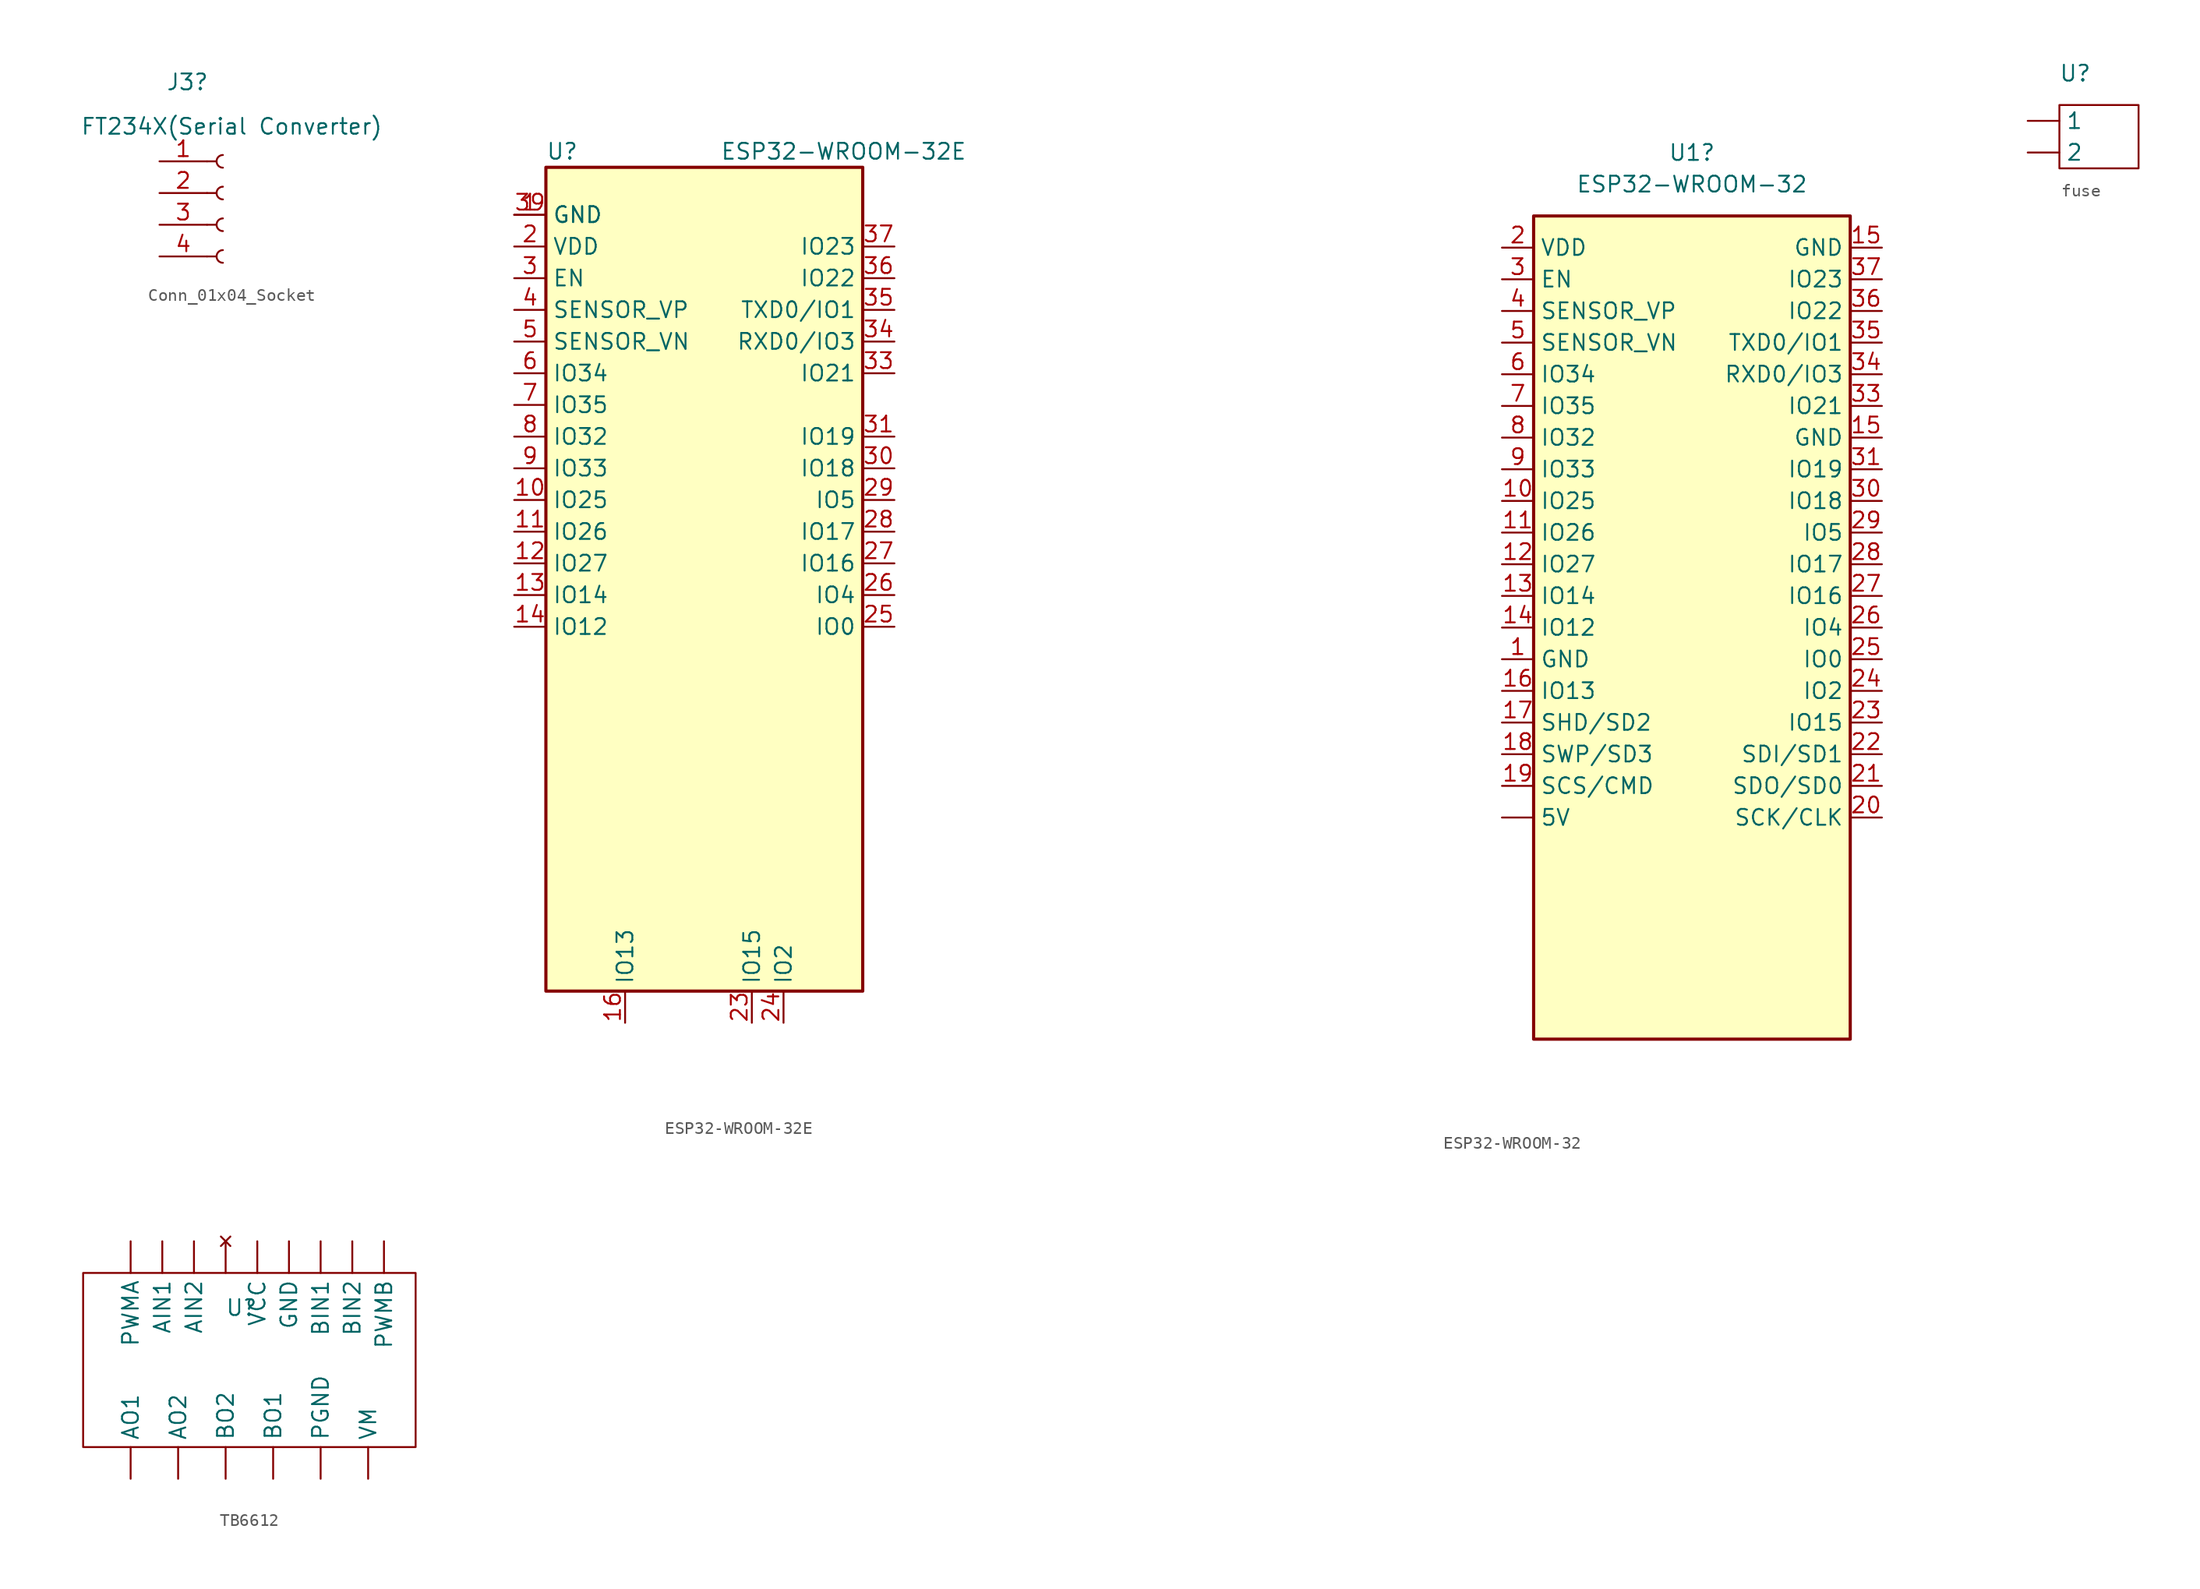
<source format=kicad_sym>
(kicad_symbol_lib
  (version 20231120)
  (generator "kicad_symbol_editor")
  (generator_version "8.0")
  (symbol "Conn_01x04_Socket"
    (pin_names
      (offset 1.016) hide)
    (property "Reference" "J3"
      (at -4.572 8.89 0)
      (effects (font (size 1.27 1.27)) (justify left)))
    (property "Value" "FT234X(Serial Converter)"
      (at -11.43 5.334 0)
      (effects (font (size 1.27 1.27)) (justify left)))
    (property "ki_locked" ""
      (at 0 0 0)
      (effects (font (size 1.27 1.27))))
    (symbol "Conn_01x04_Socket_1_1"
      (arc (start 0 -4.572) (mid -0.5058 -5.08) (end 0 -5.588) (stroke (width 0.1524) (type default)) (fill (type none)))
      (arc (start 0 -2.032) (mid -0.5058 -2.54) (end 0 -3.048) (stroke (width 0.1524) (type default)) (fill (type none)))
      (polyline (pts (xy -1.27 -5.08) (xy -0.508 -5.08)) (stroke (width 0.152) (type default)) (fill (type none)))
      (polyline (pts (xy -1.27 -2.54) (xy -0.508 -2.54)) (stroke (width 0.152) (type default)) (fill (type none)))
      (polyline (pts (xy -1.27 0) (xy -0.508 0)) (stroke (width 0.152) (type default)) (fill (type none)))
      (polyline (pts (xy -1.27 2.54) (xy -0.508 2.54)) (stroke (width 0.152) (type default)) (fill (type none)))
      (arc (start 0 0.508) (mid -0.5058 0) (end 0 -0.508) (stroke (width 0.1524) (type default)) (fill (type none)))
      (arc (start 0 3.048) (mid -0.5058 2.54) (end 0 2.032) (stroke (width 0.1524) (type default)) (fill (type none)))
      (pin passive line (at -5.08 2.54 0) (length 3.81) (name "5V" (effects (font (size 1.27 1.27)))) (number "1" (effects (font (size 1.27 1.27)))))
      (pin passive line (at -5.08 0 0) (length 3.81) (name "GND" (effects (font (size 1.27 1.27)))) (number "2" (effects (font (size 1.27 1.27)))))
      (pin passive line (at -5.08 -2.54 0) (length 3.81) (name "TxD" (effects (font (size 1.27 1.27)))) (number "3" (effects (font (size 1.27 1.27)))))
      (pin passive line (at -5.08 -5.08 0) (length 3.81) (name "RxD" (effects (font (size 1.27 1.27)))) (number "4" (effects (font (size 1.27 1.27)))))))
  (symbol "ESP32-WROOM-32E"
    (property "Reference" "U"
      (at -12.7 34.29 0)
      (effects (font (size 1.27 1.27)) (justify left)))
    (property "Value" "ESP32-WROOM-32E"
      (at 1.27 34.29 0)
      (effects (font (size 1.27 1.27)) (justify left)))
    (symbol "ESP32-WROOM-32E_0_1"
      (rectangle (start -12.7 33.02) (end 12.7 -33.02) (stroke (width 0.254) (type default)) (fill (type background))))
    (symbol "ESP32-WROOM-32E_1_1"
      (pin power_in line (at -15.24 29.21 0) (length 2.54) (name "GND" (effects (font (size 1.27 1.27)))) (number "1" (effects (font (size 1.27 1.27)))))
      (pin bidirectional line (at -15.24 6.35 0) (length 2.54) (name "IO25" (effects (font (size 1.27 1.27)))) (number "10" (effects (font (size 1.27 1.27)))))
      (pin bidirectional line (at -15.24 3.81 0) (length 2.54) (name "IO26" (effects (font (size 1.27 1.27)))) (number "11" (effects (font (size 1.27 1.27)))))
      (pin bidirectional line (at -15.24 1.27 0) (length 2.54) (name "IO27" (effects (font (size 1.27 1.27)))) (number "12" (effects (font (size 1.27 1.27)))))
      (pin bidirectional line (at -15.24 -1.27 0) (length 2.54) (name "IO14" (effects (font (size 1.27 1.27)))) (number "13" (effects (font (size 1.27 1.27)))))
      (pin bidirectional line (at -15.24 -3.81 0) (length 2.54) (name "IO12" (effects (font (size 1.27 1.27)))) (number "14" (effects (font (size 1.27 1.27)))))
      (pin passive line (at -15.24 29.21 0) (length 2.54) hide (name "GND" (effects (font (size 1.27 1.27)))) (number "15" (effects (font (size 1.27 1.27)))))
      (pin bidirectional line (at -6.35 -35.56 90) (length 2.54) (name "IO13" (effects (font (size 1.27 1.27)))) (number "16" (effects (font (size 1.27 1.27)))))
      (pin no_connect line (at -15.24 -16.51 0) (length 2.54) hide (name "NC" (effects (font (size 1.27 1.27)))) (number "17" (effects (font (size 1.27 1.27)))))
      (pin no_connect line (at -15.24 -19.05 0) (length 2.54) hide (name "NC" (effects (font (size 1.27 1.27)))) (number "18" (effects (font (size 1.27 1.27)))))
      (pin no_connect line (at -15.24 -24.13 0) (length 2.54) hide (name "NC" (effects (font (size 1.27 1.27)))) (number "19" (effects (font (size 1.27 1.27)))))
      (pin power_in line (at -15.24 26.67 0) (length 2.54) (name "VDD" (effects (font (size 1.27 1.27)))) (number "2" (effects (font (size 1.27 1.27)))))
      (pin no_connect line (at -15.24 -21.59 0) (length 2.54) hide (name "NC" (effects (font (size 1.27 1.27)))) (number "20" (effects (font (size 1.27 1.27)))))
      (pin no_connect line (at -15.24 -11.43 0) (length 2.54) hide (name "NC" (effects (font (size 1.27 1.27)))) (number "21" (effects (font (size 1.27 1.27)))))
      (pin no_connect line (at -15.24 -13.97 0) (length 2.54) hide (name "NC" (effects (font (size 1.27 1.27)))) (number "22" (effects (font (size 1.27 1.27)))))
      (pin bidirectional line (at 3.81 -35.56 90) (length 2.54) (name "IO15" (effects (font (size 1.27 1.27)))) (number "23" (effects (font (size 1.27 1.27)))))
      (pin bidirectional line (at 6.35 -35.56 90) (length 2.54) (name "IO2" (effects (font (size 1.27 1.27)))) (number "24" (effects (font (size 1.27 1.27)))))
      (pin bidirectional line (at 15.24 -3.81 180) (length 2.54) (name "IO0" (effects (font (size 1.27 1.27)))) (number "25" (effects (font (size 1.27 1.27)))))
      (pin bidirectional line (at 15.24 -1.27 180) (length 2.54) (name "IO4" (effects (font (size 1.27 1.27)))) (number "26" (effects (font (size 1.27 1.27)))))
      (pin bidirectional line (at 15.24 1.27 180) (length 2.54) (name "IO16" (effects (font (size 1.27 1.27)))) (number "27" (effects (font (size 1.27 1.27)))))
      (pin bidirectional line (at 15.24 3.81 180) (length 2.54) (name "IO17" (effects (font (size 1.27 1.27)))) (number "28" (effects (font (size 1.27 1.27)))))
      (pin bidirectional line (at 15.24 6.35 180) (length 2.54) (name "IO5" (effects (font (size 1.27 1.27)))) (number "29" (effects (font (size 1.27 1.27)))))
      (pin input line (at -15.24 24.13 0) (length 2.54) (name "EN" (effects (font (size 1.27 1.27)))) (number "3" (effects (font (size 1.27 1.27)))))
      (pin bidirectional line (at 15.24 8.89 180) (length 2.54) (name "IO18" (effects (font (size 1.27 1.27)))) (number "30" (effects (font (size 1.27 1.27)))))
      (pin bidirectional line (at 15.24 11.43 180) (length 2.54) (name "IO19" (effects (font (size 1.27 1.27)))) (number "31" (effects (font (size 1.27 1.27)))))
      (pin no_connect line (at -15.24 -26.67 0) (length 2.54) hide (name "NC" (effects (font (size 1.27 1.27)))) (number "32" (effects (font (size 1.27 1.27)))))
      (pin bidirectional line (at 15.24 16.51 180) (length 2.54) (name "IO21" (effects (font (size 1.27 1.27)))) (number "33" (effects (font (size 1.27 1.27)))))
      (pin bidirectional line (at 15.24 19.05 180) (length 2.54) (name "RXD0/IO3" (effects (font (size 1.27 1.27)))) (number "34" (effects (font (size 1.27 1.27)))))
      (pin bidirectional line (at 15.24 21.59 180) (length 2.54) (name "TXD0/IO1" (effects (font (size 1.27 1.27)))) (number "35" (effects (font (size 1.27 1.27)))))
      (pin bidirectional line (at 15.24 24.13 180) (length 2.54) (name "IO22" (effects (font (size 1.27 1.27)))) (number "36" (effects (font (size 1.27 1.27)))))
      (pin bidirectional line (at 15.24 26.67 180) (length 2.54) (name "IO23" (effects (font (size 1.27 1.27)))) (number "37" (effects (font (size 1.27 1.27)))))
      (pin passive line (at -15.24 29.21 0) (length 2.54) hide (name "GND" (effects (font (size 1.27 1.27)))) (number "38" (effects (font (size 1.27 1.27)))))
      (pin passive line (at -15.24 29.21 0) (length 2.54) (name "GND" (effects (font (size 1.27 1.27)))) (number "39" (effects (font (size 1.27 1.27)))))
      (pin input line (at -15.24 21.59 0) (length 2.54) (name "SENSOR_VP" (effects (font (size 1.27 1.27)))) (number "4" (effects (font (size 1.27 1.27)))))
      (pin input line (at -15.24 19.05 0) (length 2.54) (name "SENSOR_VN" (effects (font (size 1.27 1.27)))) (number "5" (effects (font (size 1.27 1.27)))))
      (pin input line (at -15.24 16.51 0) (length 2.54) (name "IO34" (effects (font (size 1.27 1.27)))) (number "6" (effects (font (size 1.27 1.27)))))
      (pin input line (at -15.24 13.97 0) (length 2.54) (name "IO35" (effects (font (size 1.27 1.27)))) (number "7" (effects (font (size 1.27 1.27)))))
      (pin bidirectional line (at -15.24 11.43 0) (length 2.54) (name "IO32" (effects (font (size 1.27 1.27)))) (number "8" (effects (font (size 1.27 1.27)))))
      (pin bidirectional line (at -15.24 8.89 0) (length 2.54) (name "IO33" (effects (font (size 1.27 1.27)))) (number "9" (effects (font (size 1.27 1.27)))))))
  (symbol "ESP32-WROOM-32"
    (property "Reference" "U1"
      (at 0 38.1 0)
      (effects (font (size 1.27 1.27))))
    (property "Value" "ESP32-WROOM-32"
      (at 0 35.56 0)
      (effects (font (size 1.27 1.27))))
    (symbol "ESP32-WROOM-32_0_1"
      (rectangle (start -12.7 33.02) (end 12.7 -33.02) (stroke (width 0.254) (type default)) (fill (type background))))
    (symbol "ESP32-WROOM-32_1_1"
      (pin input line (at -15.24 -15.24 0) (length 2.54) (name "5V" (effects (font (size 1.27 1.27)))) (number "" (effects (font (size 1.27 1.27)))))
      (pin power_in line (at -15.24 -2.54 0) (length 2.54) (name "GND" (effects (font (size 1.27 1.27)))) (number "1" (effects (font (size 1.27 1.27)))))
      (pin bidirectional line (at -15.24 10.16 0) (length 2.54) (name "IO25" (effects (font (size 1.27 1.27)))) (number "10" (effects (font (size 1.27 1.27)))))
      (pin bidirectional line (at -15.24 7.62 0) (length 2.54) (name "IO26" (effects (font (size 1.27 1.27)))) (number "11" (effects (font (size 1.27 1.27)))))
      (pin bidirectional line (at -15.24 5.08 0) (length 2.54) (name "IO27" (effects (font (size 1.27 1.27)))) (number "12" (effects (font (size 1.27 1.27)))))
      (pin bidirectional line (at -15.24 2.54 0) (length 2.54) (name "IO14" (effects (font (size 1.27 1.27)))) (number "13" (effects (font (size 1.27 1.27)))))
      (pin bidirectional line (at -15.24 0 0) (length 2.54) (name "IO12" (effects (font (size 1.27 1.27)))) (number "14" (effects (font (size 1.27 1.27)))))
      (pin power_in line (at 15.24 15.24 180) (length 2.54) (name "GND" (effects (font (size 1.27 1.27)))) (number "15" (effects (font (size 1.27 1.27)))))
      (pin power_in line (at 15.24 30.48 180) (length 2.54) (name "GND" (effects (font (size 1.27 1.27)))) (number "15" (effects (font (size 1.27 1.27)))))
      (pin bidirectional line (at -15.24 -5.08 0) (length 2.54) (name "IO13" (effects (font (size 1.27 1.27)))) (number "16" (effects (font (size 1.27 1.27)))))
      (pin bidirectional line (at -15.24 -7.62 0) (length 2.54) (name "SHD/SD2" (effects (font (size 1.27 1.27)))) (number "17" (effects (font (size 1.27 1.27)))))
      (pin bidirectional line (at -15.24 -10.16 0) (length 2.54) (name "SWP/SD3" (effects (font (size 1.27 1.27)))) (number "18" (effects (font (size 1.27 1.27)))))
      (pin bidirectional line (at -15.24 -12.7 0) (length 2.54) (name "SCS/CMD" (effects (font (size 1.27 1.27)))) (number "19" (effects (font (size 1.27 1.27)))))
      (pin power_in line (at -15.24 30.48 0) (length 2.54) (name "VDD" (effects (font (size 1.27 1.27)))) (number "2" (effects (font (size 1.27 1.27)))))
      (pin bidirectional line (at 15.24 -15.24 180) (length 2.54) (name "SCK/CLK" (effects (font (size 1.27 1.27)))) (number "20" (effects (font (size 1.27 1.27)))))
      (pin bidirectional line (at 15.24 -12.7 180) (length 2.54) (name "SDO/SD0" (effects (font (size 1.27 1.27)))) (number "21" (effects (font (size 1.27 1.27)))))
      (pin bidirectional line (at 15.24 -10.16 180) (length 2.54) (name "SDI/SD1" (effects (font (size 1.27 1.27)))) (number "22" (effects (font (size 1.27 1.27)))))
      (pin bidirectional line (at 15.24 -7.62 180) (length 2.54) (name "IO15" (effects (font (size 1.27 1.27)))) (number "23" (effects (font (size 1.27 1.27)))))
      (pin bidirectional line (at 15.24 -5.08 180) (length 2.54) (name "IO2" (effects (font (size 1.27 1.27)))) (number "24" (effects (font (size 1.27 1.27)))))
      (pin bidirectional line (at 15.24 -2.54 180) (length 2.54) (name "IO0" (effects (font (size 1.27 1.27)))) (number "25" (effects (font (size 1.27 1.27)))))
      (pin bidirectional line (at 15.24 0 180) (length 2.54) (name "IO4" (effects (font (size 1.27 1.27)))) (number "26" (effects (font (size 1.27 1.27)))))
      (pin bidirectional line (at 15.24 2.54 180) (length 2.54) (name "IO16" (effects (font (size 1.27 1.27)))) (number "27" (effects (font (size 1.27 1.27)))))
      (pin bidirectional line (at 15.24 5.08 180) (length 2.54) (name "IO17" (effects (font (size 1.27 1.27)))) (number "28" (effects (font (size 1.27 1.27)))))
      (pin bidirectional line (at 15.24 7.62 180) (length 2.54) (name "IO5" (effects (font (size 1.27 1.27)))) (number "29" (effects (font (size 1.27 1.27)))))
      (pin input line (at -15.24 27.94 0) (length 2.54) (name "EN" (effects (font (size 1.27 1.27)))) (number "3" (effects (font (size 1.27 1.27)))))
      (pin bidirectional line (at 15.24 10.16 180) (length 2.54) (name "IO18" (effects (font (size 1.27 1.27)))) (number "30" (effects (font (size 1.27 1.27)))))
      (pin bidirectional line (at 15.24 12.7 180) (length 2.54) (name "IO19" (effects (font (size 1.27 1.27)))) (number "31" (effects (font (size 1.27 1.27)))))
      (pin no_connect line (at -44.45 -5.08 0) (length 2.54) hide (name "NC" (effects (font (size 1.27 1.27)))) (number "32" (effects (font (size 1.27 1.27)))))
      (pin bidirectional line (at 15.24 17.78 180) (length 2.54) (name "IO21" (effects (font (size 1.27 1.27)))) (number "33" (effects (font (size 1.27 1.27)))))
      (pin bidirectional line (at 15.24 20.32 180) (length 2.54) (name "RXD0/IO3" (effects (font (size 1.27 1.27)))) (number "34" (effects (font (size 1.27 1.27)))))
      (pin bidirectional line (at 15.24 22.86 180) (length 2.54) (name "TXD0/IO1" (effects (font (size 1.27 1.27)))) (number "35" (effects (font (size 1.27 1.27)))))
      (pin bidirectional line (at 15.24 25.4 180) (length 2.54) (name "IO22" (effects (font (size 1.27 1.27)))) (number "36" (effects (font (size 1.27 1.27)))))
      (pin bidirectional line (at 15.24 27.94 180) (length 2.54) (name "IO23" (effects (font (size 1.27 1.27)))) (number "37" (effects (font (size 1.27 1.27)))))
      (pin input line (at -15.24 25.4 0) (length 2.54) (name "SENSOR_VP" (effects (font (size 1.27 1.27)))) (number "4" (effects (font (size 1.27 1.27)))))
      (pin input line (at -15.24 22.86 0) (length 2.54) (name "SENSOR_VN" (effects (font (size 1.27 1.27)))) (number "5" (effects (font (size 1.27 1.27)))))
      (pin input line (at -15.24 20.32 0) (length 2.54) (name "IO34" (effects (font (size 1.27 1.27)))) (number "6" (effects (font (size 1.27 1.27)))))
      (pin input line (at -15.24 17.78 0) (length 2.54) (name "IO35" (effects (font (size 1.27 1.27)))) (number "7" (effects (font (size 1.27 1.27)))))
      (pin bidirectional line (at -15.24 15.24 0) (length 2.54) (name "IO32" (effects (font (size 1.27 1.27)))) (number "8" (effects (font (size 1.27 1.27)))))
      (pin bidirectional line (at -15.24 12.7 0) (length 2.54) (name "IO33" (effects (font (size 1.27 1.27)))) (number "9" (effects (font (size 1.27 1.27)))))))
  (symbol "fuse"
    (property "Reference" "U"
      (at 0 0 0)
      (effects (font (size 1.27 1.27))))
    (property "Value" ""
      (at 0 0 0)
      (effects (font (size 1.27 1.27))))
    (symbol "fuse_0_1"
      (rectangle (start -1.27 -2.54) (end 5.08 -7.62) (stroke (width 0) (type default)) (fill (type none))))
    (symbol "fuse_1_1"
      (pin input line (at -3.81 -3.81 0) (length 2.54) (name "1" (effects (font (size 1.27 1.27)))) (number "" (effects (font (size 1.27 1.27)))))
      (pin input line (at -3.81 -6.35 0) (length 2.54) (name "2" (effects (font (size 1.27 1.27)))) (number "" (effects (font (size 1.27 1.27)))))))
  (symbol "TB6612"
    (property "Reference" "U"
      (at 0 2.286 0)
      (effects (font (size 1.27 1.27))))
    (property "Value" ""
      (at 0 0 0)
      (effects (font (size 1.27 1.27))))
    (symbol "TB6612_0_1"
      (rectangle (start -12.7 5.08) (end 13.97 -8.89) (stroke (width 0) (type default)) (fill (type none))))
    (symbol "TB6612_1_1"
      (pin no_connect line (at -1.27 7.62 270) (length 2.54) (name "" (effects (font (size 1.27 1.27)))) (number "" (effects (font (size 1.27 1.27)))))
      (pin input line (at -6.35 7.62 270) (length 2.54) (name "AIN1" (effects (font (size 1.27 1.27)))) (number "" (effects (font (size 1.27 1.27)))))
      (pin input line (at -3.81 7.62 270) (length 2.54) (name "AIN2" (effects (font (size 1.27 1.27)))) (number "" (effects (font (size 1.27 1.27)))))
      (pin input line (at -8.89 -11.43 90) (length 2.54) (name "AO1" (effects (font (size 1.27 1.27)))) (number "" (effects (font (size 1.27 1.27)))))
      (pin input line (at -5.08 -11.43 90) (length 2.54) (name "AO2" (effects (font (size 1.27 1.27)))) (number "" (effects (font (size 1.27 1.27)))))
      (pin input line (at 6.35 7.62 270) (length 2.54) (name "BIN1" (effects (font (size 1.27 1.27)))) (number "" (effects (font (size 1.27 1.27)))))
      (pin input line (at 8.89 7.62 270) (length 2.54) (name "BIN2" (effects (font (size 1.27 1.27)))) (number "" (effects (font (size 1.27 1.27)))))
      (pin input line (at 2.54 -11.43 90) (length 2.54) (name "BO1" (effects (font (size 1.27 1.27)))) (number "" (effects (font (size 1.27 1.27)))))
      (pin input line (at -1.27 -11.43 90) (length 2.54) (name "BO2" (effects (font (size 1.27 1.27)))) (number "" (effects (font (size 1.27 1.27)))))
      (pin input line (at 3.81 7.62 270) (length 2.54) (name "GND" (effects (font (size 1.27 1.27)))) (number "" (effects (font (size 1.27 1.27)))))
      (pin input line (at 6.35 -11.43 90) (length 2.54) (name "PGND" (effects (font (size 1.27 1.27)))) (number "" (effects (font (size 1.27 1.27)))))
      (pin input line (at -8.89 7.62 270) (length 2.54) (name "PWMA" (effects (font (size 1.27 1.27)))) (number "" (effects (font (size 1.27 1.27)))))
      (pin input line (at 11.43 7.62 270) (length 2.54) (name "PWMB" (effects (font (size 1.27 1.27)))) (number "" (effects (font (size 1.27 1.27)))))
      (pin input line (at 1.27 7.62 270) (length 2.54) (name "VCC" (effects (font (size 1.27 1.27)))) (number "" (effects (font (size 1.27 1.27)))))
      (pin input line (at 10.16 -11.43 90) (length 2.54) (name "VM" (effects (font (size 1.27 1.27)))) (number "" (effects (font (size 1.27 1.27))))))))
</source>
